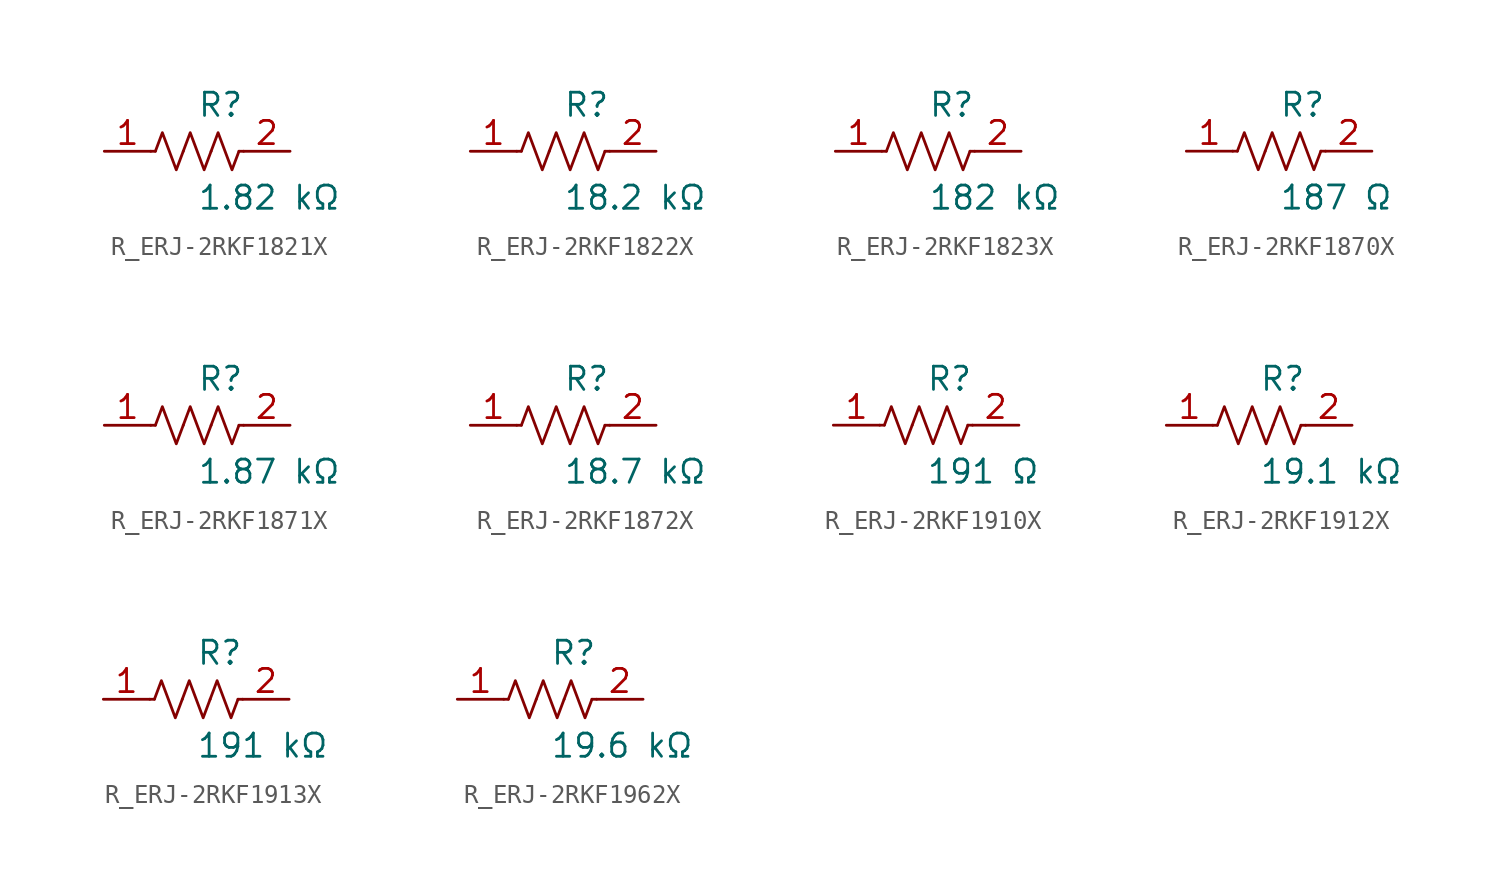
<source format=kicad_sym>
(kicad_symbol_lib
  (version 20231120)
  (generator kicad_symbol_editor)
  (generator_version 8.0)
  (symbol "R_ERJ-2RKF1821X"
    (pin_names
      (offset 0.254))
    (property "Reference" "R"
      (at 0.0 2.54 0)
      (effects (font (size 1.27 1.27)) (justify left)))
    (property "Value" "1.82 kΩ"
      (at 0.0 -2.54 0)
      (effects (font (size 1.27 1.27)) (justify left)))
    (symbol "R_ERJ-2RKF1821X_0_1"
      (polyline (pts (xy 2.286 0) (xy 2.54 0)) (stroke (width 0) (type default)) (fill (type none)))
      (polyline (pts (xy -2.286 0) (xy -2.54 0)) (stroke (width 0) (type default)) (fill (type none)))
      (polyline (pts (xy 0.762 0) (xy 1.143 1.016) (xy 1.524 0) (xy 1.905 -1.016) (xy 2.286 0)) (stroke (width 0) (type default)) (fill (type none)))
      (polyline (pts (xy -0.762 0) (xy -0.381 1.016) (xy 0 0) (xy 0.381 -1.016) (xy 0.762 0)) (stroke (width 0) (type default)) (fill (type none)))
      (polyline (pts (xy -2.286 0) (xy -1.905 1.016) (xy -1.524 0) (xy -1.143 -1.016) (xy -0.762 0)) (stroke (width 0) (type default)) (fill (type none))))
    (pin unspecified line
      (at -5.08 0 0)
      (length 2.54)
      (name "" (effects (font (size 1.27 1.27))))
      (number "1" (effects (font (size 1.27 1.27)))))
    (pin unspecified line
      (at 5.08 0 180)
      (length 2.54)
      (name "" (effects (font (size 1.27 1.27))))
      (number "2" (effects (font (size 1.27 1.27))))))
  (symbol "R_ERJ-2RKF1822X"
    (pin_names
      (offset 0.254))
    (property "Reference" "R"
      (at 0.0 2.54 0)
      (effects (font (size 1.27 1.27)) (justify left)))
    (property "Value" "18.2 kΩ"
      (at 0.0 -2.54 0)
      (effects (font (size 1.27 1.27)) (justify left)))
    (symbol "R_ERJ-2RKF1822X_0_1"
      (polyline (pts (xy 2.286 0) (xy 2.54 0)) (stroke (width 0) (type default)) (fill (type none)))
      (polyline (pts (xy -2.286 0) (xy -2.54 0)) (stroke (width 0) (type default)) (fill (type none)))
      (polyline (pts (xy 0.762 0) (xy 1.143 1.016) (xy 1.524 0) (xy 1.905 -1.016) (xy 2.286 0)) (stroke (width 0) (type default)) (fill (type none)))
      (polyline (pts (xy -0.762 0) (xy -0.381 1.016) (xy 0 0) (xy 0.381 -1.016) (xy 0.762 0)) (stroke (width 0) (type default)) (fill (type none)))
      (polyline (pts (xy -2.286 0) (xy -1.905 1.016) (xy -1.524 0) (xy -1.143 -1.016) (xy -0.762 0)) (stroke (width 0) (type default)) (fill (type none))))
    (pin unspecified line
      (at -5.08 0 0)
      (length 2.54)
      (name "" (effects (font (size 1.27 1.27))))
      (number "1" (effects (font (size 1.27 1.27)))))
    (pin unspecified line
      (at 5.08 0 180)
      (length 2.54)
      (name "" (effects (font (size 1.27 1.27))))
      (number "2" (effects (font (size 1.27 1.27))))))
  (symbol "R_ERJ-2RKF1823X"
    (pin_names
      (offset 0.254))
    (property "Reference" "R"
      (at 0.0 2.54 0)
      (effects (font (size 1.27 1.27)) (justify left)))
    (property "Value" "182 kΩ"
      (at 0.0 -2.54 0)
      (effects (font (size 1.27 1.27)) (justify left)))
    (symbol "R_ERJ-2RKF1823X_0_1"
      (polyline (pts (xy 2.286 0) (xy 2.54 0)) (stroke (width 0) (type default)) (fill (type none)))
      (polyline (pts (xy -2.286 0) (xy -2.54 0)) (stroke (width 0) (type default)) (fill (type none)))
      (polyline (pts (xy 0.762 0) (xy 1.143 1.016) (xy 1.524 0) (xy 1.905 -1.016) (xy 2.286 0)) (stroke (width 0) (type default)) (fill (type none)))
      (polyline (pts (xy -0.762 0) (xy -0.381 1.016) (xy 0 0) (xy 0.381 -1.016) (xy 0.762 0)) (stroke (width 0) (type default)) (fill (type none)))
      (polyline (pts (xy -2.286 0) (xy -1.905 1.016) (xy -1.524 0) (xy -1.143 -1.016) (xy -0.762 0)) (stroke (width 0) (type default)) (fill (type none))))
    (pin unspecified line
      (at -5.08 0 0)
      (length 2.54)
      (name "" (effects (font (size 1.27 1.27))))
      (number "1" (effects (font (size 1.27 1.27)))))
    (pin unspecified line
      (at 5.08 0 180)
      (length 2.54)
      (name "" (effects (font (size 1.27 1.27))))
      (number "2" (effects (font (size 1.27 1.27))))))
  (symbol "R_ERJ-2RKF1870X"
    (pin_names
      (offset 0.254))
    (property "Reference" "R"
      (at 0.0 2.54 0)
      (effects (font (size 1.27 1.27)) (justify left)))
    (property "Value" "187 Ω"
      (at 0.0 -2.54 0)
      (effects (font (size 1.27 1.27)) (justify left)))
    (symbol "R_ERJ-2RKF1870X_0_1"
      (polyline (pts (xy 2.286 0) (xy 2.54 0)) (stroke (width 0) (type default)) (fill (type none)))
      (polyline (pts (xy -2.286 0) (xy -2.54 0)) (stroke (width 0) (type default)) (fill (type none)))
      (polyline (pts (xy 0.762 0) (xy 1.143 1.016) (xy 1.524 0) (xy 1.905 -1.016) (xy 2.286 0)) (stroke (width 0) (type default)) (fill (type none)))
      (polyline (pts (xy -0.762 0) (xy -0.381 1.016) (xy 0 0) (xy 0.381 -1.016) (xy 0.762 0)) (stroke (width 0) (type default)) (fill (type none)))
      (polyline (pts (xy -2.286 0) (xy -1.905 1.016) (xy -1.524 0) (xy -1.143 -1.016) (xy -0.762 0)) (stroke (width 0) (type default)) (fill (type none))))
    (pin unspecified line
      (at -5.08 0 0)
      (length 2.54)
      (name "" (effects (font (size 1.27 1.27))))
      (number "1" (effects (font (size 1.27 1.27)))))
    (pin unspecified line
      (at 5.08 0 180)
      (length 2.54)
      (name "" (effects (font (size 1.27 1.27))))
      (number "2" (effects (font (size 1.27 1.27))))))
  (symbol "R_ERJ-2RKF1871X"
    (pin_names
      (offset 0.254))
    (property "Reference" "R"
      (at 0.0 2.54 0)
      (effects (font (size 1.27 1.27)) (justify left)))
    (property "Value" "1.87 kΩ"
      (at 0.0 -2.54 0)
      (effects (font (size 1.27 1.27)) (justify left)))
    (symbol "R_ERJ-2RKF1871X_0_1"
      (polyline (pts (xy 2.286 0) (xy 2.54 0)) (stroke (width 0) (type default)) (fill (type none)))
      (polyline (pts (xy -2.286 0) (xy -2.54 0)) (stroke (width 0) (type default)) (fill (type none)))
      (polyline (pts (xy 0.762 0) (xy 1.143 1.016) (xy 1.524 0) (xy 1.905 -1.016) (xy 2.286 0)) (stroke (width 0) (type default)) (fill (type none)))
      (polyline (pts (xy -0.762 0) (xy -0.381 1.016) (xy 0 0) (xy 0.381 -1.016) (xy 0.762 0)) (stroke (width 0) (type default)) (fill (type none)))
      (polyline (pts (xy -2.286 0) (xy -1.905 1.016) (xy -1.524 0) (xy -1.143 -1.016) (xy -0.762 0)) (stroke (width 0) (type default)) (fill (type none))))
    (pin unspecified line
      (at -5.08 0 0)
      (length 2.54)
      (name "" (effects (font (size 1.27 1.27))))
      (number "1" (effects (font (size 1.27 1.27)))))
    (pin unspecified line
      (at 5.08 0 180)
      (length 2.54)
      (name "" (effects (font (size 1.27 1.27))))
      (number "2" (effects (font (size 1.27 1.27))))))
  (symbol "R_ERJ-2RKF1872X"
    (pin_names
      (offset 0.254))
    (property "Reference" "R"
      (at 0.0 2.54 0)
      (effects (font (size 1.27 1.27)) (justify left)))
    (property "Value" "18.7 kΩ"
      (at 0.0 -2.54 0)
      (effects (font (size 1.27 1.27)) (justify left)))
    (symbol "R_ERJ-2RKF1872X_0_1"
      (polyline (pts (xy 2.286 0) (xy 2.54 0)) (stroke (width 0) (type default)) (fill (type none)))
      (polyline (pts (xy -2.286 0) (xy -2.54 0)) (stroke (width 0) (type default)) (fill (type none)))
      (polyline (pts (xy 0.762 0) (xy 1.143 1.016) (xy 1.524 0) (xy 1.905 -1.016) (xy 2.286 0)) (stroke (width 0) (type default)) (fill (type none)))
      (polyline (pts (xy -0.762 0) (xy -0.381 1.016) (xy 0 0) (xy 0.381 -1.016) (xy 0.762 0)) (stroke (width 0) (type default)) (fill (type none)))
      (polyline (pts (xy -2.286 0) (xy -1.905 1.016) (xy -1.524 0) (xy -1.143 -1.016) (xy -0.762 0)) (stroke (width 0) (type default)) (fill (type none))))
    (pin unspecified line
      (at -5.08 0 0)
      (length 2.54)
      (name "" (effects (font (size 1.27 1.27))))
      (number "1" (effects (font (size 1.27 1.27)))))
    (pin unspecified line
      (at 5.08 0 180)
      (length 2.54)
      (name "" (effects (font (size 1.27 1.27))))
      (number "2" (effects (font (size 1.27 1.27))))))
  (symbol "R_ERJ-2RKF1910X"
    (pin_names
      (offset 0.254))
    (property "Reference" "R"
      (at 0.0 2.54 0)
      (effects (font (size 1.27 1.27)) (justify left)))
    (property "Value" "191 Ω"
      (at 0.0 -2.54 0)
      (effects (font (size 1.27 1.27)) (justify left)))
    (symbol "R_ERJ-2RKF1910X_0_1"
      (polyline (pts (xy 2.286 0) (xy 2.54 0)) (stroke (width 0) (type default)) (fill (type none)))
      (polyline (pts (xy -2.286 0) (xy -2.54 0)) (stroke (width 0) (type default)) (fill (type none)))
      (polyline (pts (xy 0.762 0) (xy 1.143 1.016) (xy 1.524 0) (xy 1.905 -1.016) (xy 2.286 0)) (stroke (width 0) (type default)) (fill (type none)))
      (polyline (pts (xy -0.762 0) (xy -0.381 1.016) (xy 0 0) (xy 0.381 -1.016) (xy 0.762 0)) (stroke (width 0) (type default)) (fill (type none)))
      (polyline (pts (xy -2.286 0) (xy -1.905 1.016) (xy -1.524 0) (xy -1.143 -1.016) (xy -0.762 0)) (stroke (width 0) (type default)) (fill (type none))))
    (pin unspecified line
      (at -5.08 0 0)
      (length 2.54)
      (name "" (effects (font (size 1.27 1.27))))
      (number "1" (effects (font (size 1.27 1.27)))))
    (pin unspecified line
      (at 5.08 0 180)
      (length 2.54)
      (name "" (effects (font (size 1.27 1.27))))
      (number "2" (effects (font (size 1.27 1.27))))))
  (symbol "R_ERJ-2RKF1912X"
    (pin_names
      (offset 0.254))
    (property "Reference" "R"
      (at 0.0 2.54 0)
      (effects (font (size 1.27 1.27)) (justify left)))
    (property "Value" "19.1 kΩ"
      (at 0.0 -2.54 0)
      (effects (font (size 1.27 1.27)) (justify left)))
    (symbol "R_ERJ-2RKF1912X_0_1"
      (polyline (pts (xy 2.286 0) (xy 2.54 0)) (stroke (width 0) (type default)) (fill (type none)))
      (polyline (pts (xy -2.286 0) (xy -2.54 0)) (stroke (width 0) (type default)) (fill (type none)))
      (polyline (pts (xy 0.762 0) (xy 1.143 1.016) (xy 1.524 0) (xy 1.905 -1.016) (xy 2.286 0)) (stroke (width 0) (type default)) (fill (type none)))
      (polyline (pts (xy -0.762 0) (xy -0.381 1.016) (xy 0 0) (xy 0.381 -1.016) (xy 0.762 0)) (stroke (width 0) (type default)) (fill (type none)))
      (polyline (pts (xy -2.286 0) (xy -1.905 1.016) (xy -1.524 0) (xy -1.143 -1.016) (xy -0.762 0)) (stroke (width 0) (type default)) (fill (type none))))
    (pin unspecified line
      (at -5.08 0 0)
      (length 2.54)
      (name "" (effects (font (size 1.27 1.27))))
      (number "1" (effects (font (size 1.27 1.27)))))
    (pin unspecified line
      (at 5.08 0 180)
      (length 2.54)
      (name "" (effects (font (size 1.27 1.27))))
      (number "2" (effects (font (size 1.27 1.27))))))
  (symbol "R_ERJ-2RKF1913X"
    (pin_names
      (offset 0.254))
    (property "Reference" "R"
      (at 0.0 2.54 0)
      (effects (font (size 1.27 1.27)) (justify left)))
    (property "Value" "191 kΩ"
      (at 0.0 -2.54 0)
      (effects (font (size 1.27 1.27)) (justify left)))
    (symbol "R_ERJ-2RKF1913X_0_1"
      (polyline (pts (xy 2.286 0) (xy 2.54 0)) (stroke (width 0) (type default)) (fill (type none)))
      (polyline (pts (xy -2.286 0) (xy -2.54 0)) (stroke (width 0) (type default)) (fill (type none)))
      (polyline (pts (xy 0.762 0) (xy 1.143 1.016) (xy 1.524 0) (xy 1.905 -1.016) (xy 2.286 0)) (stroke (width 0) (type default)) (fill (type none)))
      (polyline (pts (xy -0.762 0) (xy -0.381 1.016) (xy 0 0) (xy 0.381 -1.016) (xy 0.762 0)) (stroke (width 0) (type default)) (fill (type none)))
      (polyline (pts (xy -2.286 0) (xy -1.905 1.016) (xy -1.524 0) (xy -1.143 -1.016) (xy -0.762 0)) (stroke (width 0) (type default)) (fill (type none))))
    (pin unspecified line
      (at -5.08 0 0)
      (length 2.54)
      (name "" (effects (font (size 1.27 1.27))))
      (number "1" (effects (font (size 1.27 1.27)))))
    (pin unspecified line
      (at 5.08 0 180)
      (length 2.54)
      (name "" (effects (font (size 1.27 1.27))))
      (number "2" (effects (font (size 1.27 1.27))))))
  (symbol "R_ERJ-2RKF1962X"
    (pin_names
      (offset 0.254))
    (property "Reference" "R"
      (at 0.0 2.54 0)
      (effects (font (size 1.27 1.27)) (justify left)))
    (property "Value" "19.6 kΩ"
      (at 0.0 -2.54 0)
      (effects (font (size 1.27 1.27)) (justify left)))
    (symbol "R_ERJ-2RKF1962X_0_1"
      (polyline (pts (xy 2.286 0) (xy 2.54 0)) (stroke (width 0) (type default)) (fill (type none)))
      (polyline (pts (xy -2.286 0) (xy -2.54 0)) (stroke (width 0) (type default)) (fill (type none)))
      (polyline (pts (xy 0.762 0) (xy 1.143 1.016) (xy 1.524 0) (xy 1.905 -1.016) (xy 2.286 0)) (stroke (width 0) (type default)) (fill (type none)))
      (polyline (pts (xy -0.762 0) (xy -0.381 1.016) (xy 0 0) (xy 0.381 -1.016) (xy 0.762 0)) (stroke (width 0) (type default)) (fill (type none)))
      (polyline (pts (xy -2.286 0) (xy -1.905 1.016) (xy -1.524 0) (xy -1.143 -1.016) (xy -0.762 0)) (stroke (width 0) (type default)) (fill (type none))))
    (pin unspecified line
      (at -5.08 0 0)
      (length 2.54)
      (name "" (effects (font (size 1.27 1.27))))
      (number "1" (effects (font (size 1.27 1.27)))))
    (pin unspecified line
      (at 5.08 0 180)
      (length 2.54)
      (name "" (effects (font (size 1.27 1.27))))
      (number "2" (effects (font (size 1.27 1.27)))))))
</source>
